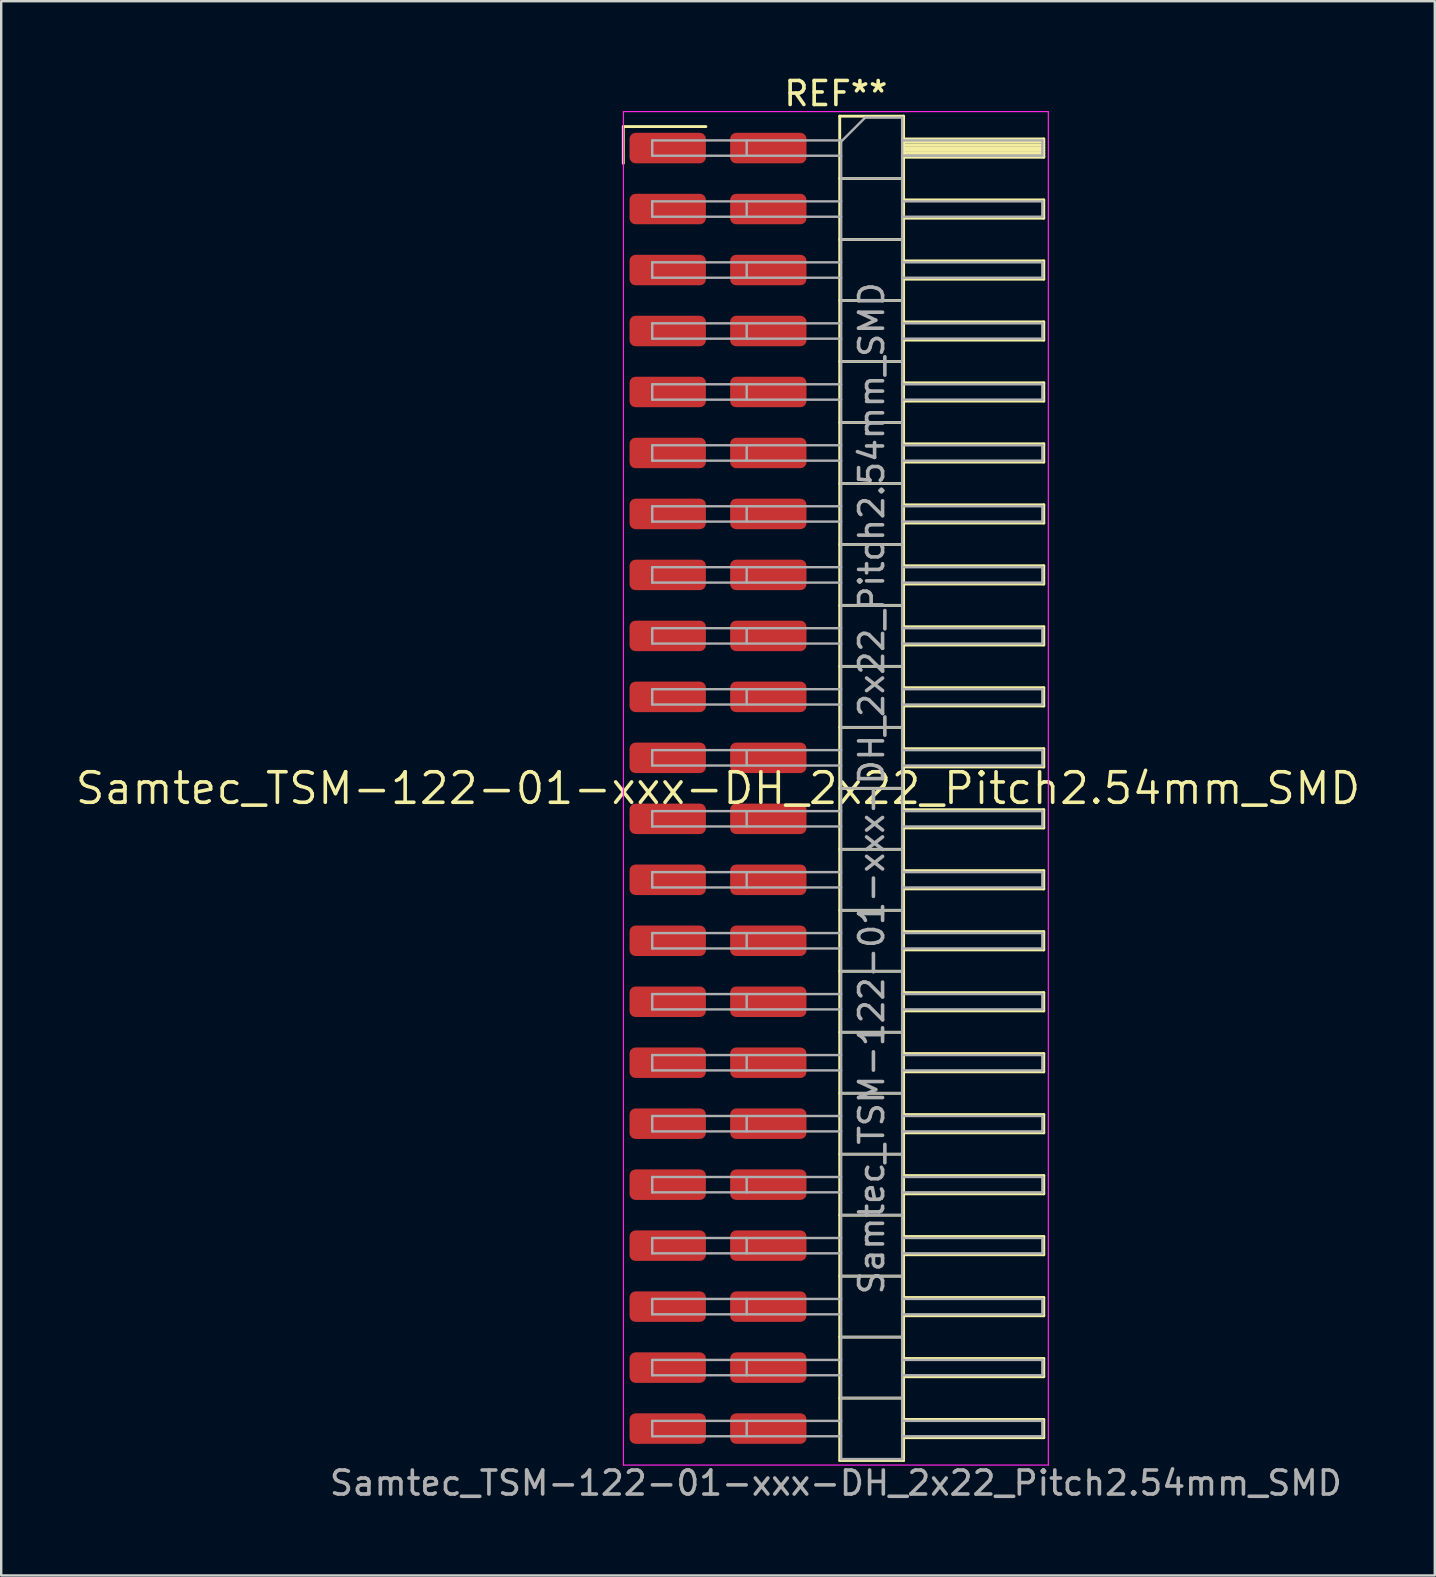
<source format=kicad_pcb>
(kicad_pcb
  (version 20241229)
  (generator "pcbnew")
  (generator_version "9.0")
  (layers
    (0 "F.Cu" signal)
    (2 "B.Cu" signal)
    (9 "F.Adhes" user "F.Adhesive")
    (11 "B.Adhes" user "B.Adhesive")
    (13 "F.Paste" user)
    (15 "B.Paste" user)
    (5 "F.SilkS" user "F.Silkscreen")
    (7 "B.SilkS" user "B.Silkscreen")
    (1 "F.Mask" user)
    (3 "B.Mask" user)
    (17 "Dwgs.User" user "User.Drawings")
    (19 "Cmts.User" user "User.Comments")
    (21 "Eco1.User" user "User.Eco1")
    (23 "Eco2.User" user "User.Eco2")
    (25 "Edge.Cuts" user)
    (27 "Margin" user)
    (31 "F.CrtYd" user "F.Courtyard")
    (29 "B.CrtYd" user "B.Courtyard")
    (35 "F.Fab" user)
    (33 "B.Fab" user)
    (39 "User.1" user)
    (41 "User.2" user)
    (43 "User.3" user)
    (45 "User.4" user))
  (footprint "Samtec_TSM-122-01-xxx-DH_2x22_Pitch2.54mm_SMD"
    (layer "F.Cu")
    (at 26.859 29.788)
    (property "Reference" "Samtec_TSM-122-01-xxx-DH_2x22_Pitch2.54mm_SMD" (at 0 0 0) (layer "F.SilkS") (effects (font (size 1.27 1.27) (thickness 0.15))))
    (attr smd)
    (fp_line (start -3.945 -27.565) (end -0.505 -27.565) (stroke (width 0.12) (type solid)) (layer "F.SilkS"))
    (fp_line (start -3.945 -26.035) (end -3.945 -27.565) (stroke (width 0.12) (type solid)) (layer "F.SilkS"))
    (fp_line (start 5.07 -28) (end 7.73 -28) (stroke (width 0.12) (type solid)) (layer "F.SilkS"))
    (fp_line (start 5.07 -25.4) (end 7.73 -25.4) (stroke (width 0.12) (type solid)) (layer "F.SilkS"))
    (fp_line (start 5.07 -22.86) (end 7.73 -22.86) (stroke (width 0.12) (type solid)) (layer "F.SilkS"))
    (fp_line (start 5.07 -20.32) (end 7.73 -20.32) (stroke (width 0.12) (type solid)) (layer "F.SilkS"))
    (fp_line (start 5.07 -17.78) (end 7.73 -17.78) (stroke (width 0.12) (type solid)) (layer "F.SilkS"))
    (fp_line (start 5.07 -15.24) (end 7.73 -15.24) (stroke (width 0.12) (type solid)) (layer "F.SilkS"))
    (fp_line (start 5.07 -12.7) (end 7.73 -12.7) (stroke (width 0.12) (type solid)) (layer "F.SilkS"))
    (fp_line (start 5.07 -10.16) (end 7.73 -10.16) (stroke (width 0.12) (type solid)) (layer "F.SilkS"))
    (fp_line (start 5.07 -7.62) (end 7.73 -7.62) (stroke (width 0.12) (type solid)) (layer "F.SilkS"))
    (fp_line (start 5.07 -5.08) (end 7.73 -5.08) (stroke (width 0.12) (type solid)) (layer "F.SilkS"))
    (fp_line (start 5.07 -2.54) (end 7.73 -2.54) (stroke (width 0.12) (type solid)) (layer "F.SilkS"))
    (fp_line (start 5.07 0) (end 7.73 0) (stroke (width 0.12) (type solid)) (layer "F.SilkS"))
    (fp_line (start 5.07 2.54) (end 7.73 2.54) (stroke (width 0.12) (type solid)) (layer "F.SilkS"))
    (fp_line (start 5.07 5.08) (end 7.73 5.08) (stroke (width 0.12) (type solid)) (layer "F.SilkS"))
    (fp_line (start 5.07 7.62) (end 7.73 7.62) (stroke (width 0.12) (type solid)) (layer "F.SilkS"))
    (fp_line (start 5.07 10.16) (end 7.73 10.16) (stroke (width 0.12) (type solid)) (layer "F.SilkS"))
    (fp_line (start 5.07 12.7) (end 7.73 12.7) (stroke (width 0.12) (type solid)) (layer "F.SilkS"))
    (fp_line (start 5.07 15.24) (end 7.73 15.24) (stroke (width 0.12) (type solid)) (layer "F.SilkS"))
    (fp_line (start 5.07 17.78) (end 7.73 17.78) (stroke (width 0.12) (type solid)) (layer "F.SilkS"))
    (fp_line (start 5.07 20.32) (end 7.73 20.32) (stroke (width 0.12) (type solid)) (layer "F.SilkS"))
    (fp_line (start 5.07 22.86) (end 7.73 22.86) (stroke (width 0.12) (type solid)) (layer "F.SilkS"))
    (fp_line (start 5.07 25.4) (end 7.73 25.4) (stroke (width 0.12) (type solid)) (layer "F.SilkS"))
    (fp_line (start 5.07 28) (end 5.07 -28) (stroke (width 0.12) (type solid)) (layer "F.SilkS"))
    (fp_line (start 7.73 -28) (end 7.73 28) (stroke (width 0.12) (type solid)) (layer "F.SilkS"))
    (fp_line (start 7.73 -27.05) (end 13.57 -27.05) (stroke (width 0.12) (type solid)) (layer "F.SilkS"))
    (fp_line (start 7.73 -26.93) (end 13.57 -26.93) (stroke (width 0.12) (type solid)) (layer "F.SilkS"))
    (fp_line (start 7.73 -26.81) (end 13.57 -26.81) (stroke (width 0.12) (type solid)) (layer "F.SilkS"))
    (fp_line (start 7.73 -26.69) (end 13.57 -26.69) (stroke (width 0.12) (type solid)) (layer "F.SilkS"))
    (fp_line (start 7.73 -26.57) (end 13.57 -26.57) (stroke (width 0.12) (type solid)) (layer "F.SilkS"))
    (fp_line (start 7.73 -26.45) (end 13.57 -26.45) (stroke (width 0.12) (type solid)) (layer "F.SilkS"))
    (fp_line (start 7.73 -26.33) (end 13.57 -26.33) (stroke (width 0.12) (type solid)) (layer "F.SilkS"))
    (fp_line (start 7.73 -26.29) (end 13.57 -26.29) (stroke (width 0.12) (type solid)) (layer "F.SilkS"))
    (fp_line (start 7.73 -24.51) (end 13.57 -24.51) (stroke (width 0.12) (type solid)) (layer "F.SilkS"))
    (fp_line (start 7.73 -23.75) (end 13.57 -23.75) (stroke (width 0.12) (type solid)) (layer "F.SilkS"))
    (fp_line (start 7.73 -21.97) (end 13.57 -21.97) (stroke (width 0.12) (type solid)) (layer "F.SilkS"))
    (fp_line (start 7.73 -21.21) (end 13.57 -21.21) (stroke (width 0.12) (type solid)) (layer "F.SilkS"))
    (fp_line (start 7.73 -19.43) (end 13.57 -19.43) (stroke (width 0.12) (type solid)) (layer "F.SilkS"))
    (fp_line (start 7.73 -18.67) (end 13.57 -18.67) (stroke (width 0.12) (type solid)) (layer "F.SilkS"))
    (fp_line (start 7.73 -16.89) (end 13.57 -16.89) (stroke (width 0.12) (type solid)) (layer "F.SilkS"))
    (fp_line (start 7.73 -16.13) (end 13.57 -16.13) (stroke (width 0.12) (type solid)) (layer "F.SilkS"))
    (fp_line (start 7.73 -14.35) (end 13.57 -14.35) (stroke (width 0.12) (type solid)) (layer "F.SilkS"))
    (fp_line (start 7.73 -13.59) (end 13.57 -13.59) (stroke (width 0.12) (type solid)) (layer "F.SilkS"))
    (fp_line (start 7.73 -11.81) (end 13.57 -11.81) (stroke (width 0.12) (type solid)) (layer "F.SilkS"))
    (fp_line (start 7.73 -11.05) (end 13.57 -11.05) (stroke (width 0.12) (type solid)) (layer "F.SilkS"))
    (fp_line (start 7.73 -9.27) (end 13.57 -9.27) (stroke (width 0.12) (type solid)) (layer "F.SilkS"))
    (fp_line (start 7.73 -8.51) (end 13.57 -8.51) (stroke (width 0.12) (type solid)) (layer "F.SilkS"))
    (fp_line (start 7.73 -6.73) (end 13.57 -6.73) (stroke (width 0.12) (type solid)) (layer "F.SilkS"))
    (fp_line (start 7.73 -5.97) (end 13.57 -5.97) (stroke (width 0.12) (type solid)) (layer "F.SilkS"))
    (fp_line (start 7.73 -4.19) (end 13.57 -4.19) (stroke (width 0.12) (type solid)) (layer "F.SilkS"))
    (fp_line (start 7.73 -3.43) (end 13.57 -3.43) (stroke (width 0.12) (type solid)) (layer "F.SilkS"))
    (fp_line (start 7.73 -1.65) (end 13.57 -1.65) (stroke (width 0.12) (type solid)) (layer "F.SilkS"))
    (fp_line (start 7.73 -0.89) (end 13.57 -0.89) (stroke (width 0.12) (type solid)) (layer "F.SilkS"))
    (fp_line (start 7.73 0.89) (end 13.57 0.89) (stroke (width 0.12) (type solid)) (layer "F.SilkS"))
    (fp_line (start 7.73 1.65) (end 13.57 1.65) (stroke (width 0.12) (type solid)) (layer "F.SilkS"))
    (fp_line (start 7.73 3.43) (end 13.57 3.43) (stroke (width 0.12) (type solid)) (layer "F.SilkS"))
    (fp_line (start 7.73 4.19) (end 13.57 4.19) (stroke (width 0.12) (type solid)) (layer "F.SilkS"))
    (fp_line (start 7.73 5.97) (end 13.57 5.97) (stroke (width 0.12) (type solid)) (layer "F.SilkS"))
    (fp_line (start 7.73 6.73) (end 13.57 6.73) (stroke (width 0.12) (type solid)) (layer "F.SilkS"))
    (fp_line (start 7.73 8.51) (end 13.57 8.51) (stroke (width 0.12) (type solid)) (layer "F.SilkS"))
    (fp_line (start 7.73 9.27) (end 13.57 9.27) (stroke (width 0.12) (type solid)) (layer "F.SilkS"))
    (fp_line (start 7.73 11.05) (end 13.57 11.05) (stroke (width 0.12) (type solid)) (layer "F.SilkS"))
    (fp_line (start 7.73 11.81) (end 13.57 11.81) (stroke (width 0.12) (type solid)) (layer "F.SilkS"))
    (fp_line (start 7.73 13.59) (end 13.57 13.59) (stroke (width 0.12) (type solid)) (layer "F.SilkS"))
    (fp_line (start 7.73 14.35) (end 13.57 14.35) (stroke (width 0.12) (type solid)) (layer "F.SilkS"))
    (fp_line (start 7.73 16.13) (end 13.57 16.13) (stroke (width 0.12) (type solid)) (layer "F.SilkS"))
    (fp_line (start 7.73 16.89) (end 13.57 16.89) (stroke (width 0.12) (type solid)) (layer "F.SilkS"))
    (fp_line (start 7.73 18.67) (end 13.57 18.67) (stroke (width 0.12) (type solid)) (layer "F.SilkS"))
    (fp_line (start 7.73 19.43) (end 13.57 19.43) (stroke (width 0.12) (type solid)) (layer "F.SilkS"))
    (fp_line (start 7.73 21.21) (end 13.57 21.21) (stroke (width 0.12) (type solid)) (layer "F.SilkS"))
    (fp_line (start 7.73 21.97) (end 13.57 21.97) (stroke (width 0.12) (type solid)) (layer "F.SilkS"))
    (fp_line (start 7.73 23.75) (end 13.57 23.75) (stroke (width 0.12) (type solid)) (layer "F.SilkS"))
    (fp_line (start 7.73 24.51) (end 13.57 24.51) (stroke (width 0.12) (type solid)) (layer "F.SilkS"))
    (fp_line (start 7.73 26.29) (end 13.57 26.29) (stroke (width 0.12) (type solid)) (layer "F.SilkS"))
    (fp_line (start 7.73 27.05) (end 13.57 27.05) (stroke (width 0.12) (type solid)) (layer "F.SilkS"))
    (fp_line (start 7.73 28) (end 5.07 28) (stroke (width 0.12) (type solid)) (layer "F.SilkS"))
    (fp_line (start 13.57 -27.05) (end 13.57 -26.29) (stroke (width 0.12) (type solid)) (layer "F.SilkS"))
    (fp_line (start 13.57 -24.51) (end 13.57 -23.75) (stroke (width 0.12) (type solid)) (layer "F.SilkS"))
    (fp_line (start 13.57 -21.97) (end 13.57 -21.21) (stroke (width 0.12) (type solid)) (layer "F.SilkS"))
    (fp_line (start 13.57 -19.43) (end 13.57 -18.67) (stroke (width 0.12) (type solid)) (layer "F.SilkS"))
    (fp_line (start 13.57 -16.89) (end 13.57 -16.13) (stroke (width 0.12) (type solid)) (layer "F.SilkS"))
    (fp_line (start 13.57 -14.35) (end 13.57 -13.59) (stroke (width 0.12) (type solid)) (layer "F.SilkS"))
    (fp_line (start 13.57 -11.81) (end 13.57 -11.05) (stroke (width 0.12) (type solid)) (layer "F.SilkS"))
    (fp_line (start 13.57 -9.27) (end 13.57 -8.51) (stroke (width 0.12) (type solid)) (layer "F.SilkS"))
    (fp_line (start 13.57 -6.73) (end 13.57 -5.97) (stroke (width 0.12) (type solid)) (layer "F.SilkS"))
    (fp_line (start 13.57 -4.19) (end 13.57 -3.43) (stroke (width 0.12) (type solid)) (layer "F.SilkS"))
    (fp_line (start 13.57 -1.65) (end 13.57 -0.89) (stroke (width 0.12) (type solid)) (layer "F.SilkS"))
    (fp_line (start 13.57 0.89) (end 13.57 1.65) (stroke (width 0.12) (type solid)) (layer "F.SilkS"))
    (fp_line (start 13.57 3.43) (end 13.57 4.19) (stroke (width 0.12) (type solid)) (layer "F.SilkS"))
    (fp_line (start 13.57 5.97) (end 13.57 6.73) (stroke (width 0.12) (type solid)) (layer "F.SilkS"))
    (fp_line (start 13.57 8.51) (end 13.57 9.27) (stroke (width 0.12) (type solid)) (layer "F.SilkS"))
    (fp_line (start 13.57 11.05) (end 13.57 11.81) (stroke (width 0.12) (type solid)) (layer "F.SilkS"))
    (fp_line (start 13.57 13.59) (end 13.57 14.35) (stroke (width 0.12) (type solid)) (layer "F.SilkS"))
    (fp_line (start 13.57 16.13) (end 13.57 16.89) (stroke (width 0.12) (type solid)) (layer "F.SilkS"))
    (fp_line (start 13.57 18.67) (end 13.57 19.43) (stroke (width 0.12) (type solid)) (layer "F.SilkS"))
    (fp_line (start 13.57 21.21) (end 13.57 21.97) (stroke (width 0.12) (type solid)) (layer "F.SilkS"))
    (fp_line (start 13.57 23.75) (end 13.57 24.51) (stroke (width 0.12) (type solid)) (layer "F.SilkS"))
    (fp_line (start 13.57 26.29) (end 13.57 27.05) (stroke (width 0.12) (type solid)) (layer "F.SilkS"))
    (fp_line (start -3.94 -28.19) (end 13.76 -28.19) (stroke (width 0.05) (type solid)) (layer "F.CrtYd"))
    (fp_line (start -3.94 28.19) (end -3.94 -28.19) (stroke (width 0.05) (type solid)) (layer "F.CrtYd"))
    (fp_line (start 13.76 -28.19) (end 13.76 28.19) (stroke (width 0.05) (type solid)) (layer "F.CrtYd"))
    (fp_line (start 13.76 28.19) (end -3.94 28.19) (stroke (width 0.05) (type solid)) (layer "F.CrtYd"))
    (fp_line (start -2.74 -26.99) (end -2.74 -26.35) (stroke (width 0.1) (type solid)) (layer "F.Fab"))
    (fp_line (start -2.74 -26.99) (end 5.13 -26.99) (stroke (width 0.1) (type solid)) (layer "F.Fab"))
    (fp_line (start -2.74 -26.35) (end 5.13 -26.35) (stroke (width 0.1) (type solid)) (layer "F.Fab"))
    (fp_line (start -2.74 -24.45) (end -2.74 -23.81) (stroke (width 0.1) (type solid)) (layer "F.Fab"))
    (fp_line (start -2.74 -24.45) (end 5.13 -24.45) (stroke (width 0.1) (type solid)) (layer "F.Fab"))
    (fp_line (start -2.74 -23.81) (end 5.13 -23.81) (stroke (width 0.1) (type solid)) (layer "F.Fab"))
    (fp_line (start -2.74 -21.91) (end -2.74 -21.27) (stroke (width 0.1) (type solid)) (layer "F.Fab"))
    (fp_line (start -2.74 -21.91) (end 5.13 -21.91) (stroke (width 0.1) (type solid)) (layer "F.Fab"))
    (fp_line (start -2.74 -21.27) (end 5.13 -21.27) (stroke (width 0.1) (type solid)) (layer "F.Fab"))
    (fp_line (start -2.74 -19.37) (end -2.74 -18.73) (stroke (width 0.1) (type solid)) (layer "F.Fab"))
    (fp_line (start -2.74 -19.37) (end 5.13 -19.37) (stroke (width 0.1) (type solid)) (layer "F.Fab"))
    (fp_line (start -2.74 -18.73) (end 5.13 -18.73) (stroke (width 0.1) (type solid)) (layer "F.Fab"))
    (fp_line (start -2.74 -16.83) (end -2.74 -16.19) (stroke (width 0.1) (type solid)) (layer "F.Fab"))
    (fp_line (start -2.74 -16.83) (end 5.13 -16.83) (stroke (width 0.1) (type solid)) (layer "F.Fab"))
    (fp_line (start -2.74 -16.19) (end 5.13 -16.19) (stroke (width 0.1) (type solid)) (layer "F.Fab"))
    (fp_line (start -2.74 -14.29) (end -2.74 -13.65) (stroke (width 0.1) (type solid)) (layer "F.Fab"))
    (fp_line (start -2.74 -14.29) (end 5.13 -14.29) (stroke (width 0.1) (type solid)) (layer "F.Fab"))
    (fp_line (start -2.74 -13.65) (end 5.13 -13.65) (stroke (width 0.1) (type solid)) (layer "F.Fab"))
    (fp_line (start -2.74 -11.75) (end -2.74 -11.11) (stroke (width 0.1) (type solid)) (layer "F.Fab"))
    (fp_line (start -2.74 -11.75) (end 5.13 -11.75) (stroke (width 0.1) (type solid)) (layer "F.Fab"))
    (fp_line (start -2.74 -11.11) (end 5.13 -11.11) (stroke (width 0.1) (type solid)) (layer "F.Fab"))
    (fp_line (start -2.74 -9.21) (end -2.74 -8.57) (stroke (width 0.1) (type solid)) (layer "F.Fab"))
    (fp_line (start -2.74 -9.21) (end 5.13 -9.21) (stroke (width 0.1) (type solid)) (layer "F.Fab"))
    (fp_line (start -2.74 -8.57) (end 5.13 -8.57) (stroke (width 0.1) (type solid)) (layer "F.Fab"))
    (fp_line (start -2.74 -6.67) (end -2.74 -6.03) (stroke (width 0.1) (type solid)) (layer "F.Fab"))
    (fp_line (start -2.74 -6.67) (end 5.13 -6.67) (stroke (width 0.1) (type solid)) (layer "F.Fab"))
    (fp_line (start -2.74 -6.03) (end 5.13 -6.03) (stroke (width 0.1) (type solid)) (layer "F.Fab"))
    (fp_line (start -2.74 -4.13) (end -2.74 -3.49) (stroke (width 0.1) (type solid)) (layer "F.Fab"))
    (fp_line (start -2.74 -4.13) (end 5.13 -4.13) (stroke (width 0.1) (type solid)) (layer "F.Fab"))
    (fp_line (start -2.74 -3.49) (end 5.13 -3.49) (stroke (width 0.1) (type solid)) (layer "F.Fab"))
    (fp_line (start -2.74 -1.59) (end -2.74 -0.95) (stroke (width 0.1) (type solid)) (layer "F.Fab"))
    (fp_line (start -2.74 -1.59) (end 5.13 -1.59) (stroke (width 0.1) (type solid)) (layer "F.Fab"))
    (fp_line (start -2.74 -0.95) (end 5.13 -0.95) (stroke (width 0.1) (type solid)) (layer "F.Fab"))
    (fp_line (start -2.74 0.95) (end -2.74 1.59) (stroke (width 0.1) (type solid)) (layer "F.Fab"))
    (fp_line (start -2.74 0.95) (end 5.13 0.95) (stroke (width 0.1) (type solid)) (layer "F.Fab"))
    (fp_line (start -2.74 1.59) (end 5.13 1.59) (stroke (width 0.1) (type solid)) (layer "F.Fab"))
    (fp_line (start -2.74 3.49) (end -2.74 4.13) (stroke (width 0.1) (type solid)) (layer "F.Fab"))
    (fp_line (start -2.74 3.49) (end 5.13 3.49) (stroke (width 0.1) (type solid)) (layer "F.Fab"))
    (fp_line (start -2.74 4.13) (end 5.13 4.13) (stroke (width 0.1) (type solid)) (layer "F.Fab"))
    (fp_line (start -2.74 6.03) (end -2.74 6.67) (stroke (width 0.1) (type solid)) (layer "F.Fab"))
    (fp_line (start -2.74 6.03) (end 5.13 6.03) (stroke (width 0.1) (type solid)) (layer "F.Fab"))
    (fp_line (start -2.74 6.67) (end 5.13 6.67) (stroke (width 0.1) (type solid)) (layer "F.Fab"))
    (fp_line (start -2.74 8.57) (end -2.74 9.21) (stroke (width 0.1) (type solid)) (layer "F.Fab"))
    (fp_line (start -2.74 8.57) (end 5.13 8.57) (stroke (width 0.1) (type solid)) (layer "F.Fab"))
    (fp_line (start -2.74 9.21) (end 5.13 9.21) (stroke (width 0.1) (type solid)) (layer "F.Fab"))
    (fp_line (start -2.74 11.11) (end -2.74 11.75) (stroke (width 0.1) (type solid)) (layer "F.Fab"))
    (fp_line (start -2.74 11.11) (end 5.13 11.11) (stroke (width 0.1) (type solid)) (layer "F.Fab"))
    (fp_line (start -2.74 11.75) (end 5.13 11.75) (stroke (width 0.1) (type solid)) (layer "F.Fab"))
    (fp_line (start -2.74 13.65) (end -2.74 14.29) (stroke (width 0.1) (type solid)) (layer "F.Fab"))
    (fp_line (start -2.74 13.65) (end 5.13 13.65) (stroke (width 0.1) (type solid)) (layer "F.Fab"))
    (fp_line (start -2.74 14.29) (end 5.13 14.29) (stroke (width 0.1) (type solid)) (layer "F.Fab"))
    (fp_line (start -2.74 16.19) (end -2.74 16.83) (stroke (width 0.1) (type solid)) (layer "F.Fab"))
    (fp_line (start -2.74 16.19) (end 5.13 16.19) (stroke (width 0.1) (type solid)) (layer "F.Fab"))
    (fp_line (start -2.74 16.83) (end 5.13 16.83) (stroke (width 0.1) (type solid)) (layer "F.Fab"))
    (fp_line (start -2.74 18.73) (end -2.74 19.37) (stroke (width 0.1) (type solid)) (layer "F.Fab"))
    (fp_line (start -2.74 18.73) (end 5.13 18.73) (stroke (width 0.1) (type solid)) (layer "F.Fab"))
    (fp_line (start -2.74 19.37) (end 5.13 19.37) (stroke (width 0.1) (type solid)) (layer "F.Fab"))
    (fp_line (start -2.74 21.27) (end -2.74 21.91) (stroke (width 0.1) (type solid)) (layer "F.Fab"))
    (fp_line (start -2.74 21.27) (end 5.13 21.27) (stroke (width 0.1) (type solid)) (layer "F.Fab"))
    (fp_line (start -2.74 21.91) (end 5.13 21.91) (stroke (width 0.1) (type solid)) (layer "F.Fab"))
    (fp_line (start -2.74 23.81) (end -2.74 24.45) (stroke (width 0.1) (type solid)) (layer "F.Fab"))
    (fp_line (start -2.74 23.81) (end 5.13 23.81) (stroke (width 0.1) (type solid)) (layer "F.Fab"))
    (fp_line (start -2.74 24.45) (end 5.13 24.45) (stroke (width 0.1) (type solid)) (layer "F.Fab"))
    (fp_line (start -2.74 26.35) (end -2.74 26.99) (stroke (width 0.1) (type solid)) (layer "F.Fab"))
    (fp_line (start -2.74 26.35) (end 5.13 26.35) (stroke (width 0.1) (type solid)) (layer "F.Fab"))
    (fp_line (start -2.74 26.99) (end 5.13 26.99) (stroke (width 0.1) (type solid)) (layer "F.Fab"))
    (fp_line (start 1.195 -26.99) (end 1.195 -26.35) (stroke (width 0.1) (type solid)) (layer "F.Fab"))
    (fp_line (start 1.195 -24.45) (end 1.195 -23.81) (stroke (width 0.1) (type solid)) (layer "F.Fab"))
    (fp_line (start 1.195 -21.91) (end 1.195 -21.27) (stroke (width 0.1) (type solid)) (layer "F.Fab"))
    (fp_line (start 1.195 -19.37) (end 1.195 -18.73) (stroke (width 0.1) (type solid)) (layer "F.Fab"))
    (fp_line (start 1.195 -16.83) (end 1.195 -16.19) (stroke (width 0.1) (type solid)) (layer "F.Fab"))
    (fp_line (start 1.195 -14.29) (end 1.195 -13.65) (stroke (width 0.1) (type solid)) (layer "F.Fab"))
    (fp_line (start 1.195 -11.75) (end 1.195 -11.11) (stroke (width 0.1) (type solid)) (layer "F.Fab"))
    (fp_line (start 1.195 -9.21) (end 1.195 -8.57) (stroke (width 0.1) (type solid)) (layer "F.Fab"))
    (fp_line (start 1.195 -6.67) (end 1.195 -6.03) (stroke (width 0.1) (type solid)) (layer "F.Fab"))
    (fp_line (start 1.195 -4.13) (end 1.195 -3.49) (stroke (width 0.1) (type solid)) (layer "F.Fab"))
    (fp_line (start 1.195 -1.59) (end 1.195 -0.95) (stroke (width 0.1) (type solid)) (layer "F.Fab"))
    (fp_line (start 1.195 0.95) (end 1.195 1.59) (stroke (width 0.1) (type solid)) (layer "F.Fab"))
    (fp_line (start 1.195 3.49) (end 1.195 4.13) (stroke (width 0.1) (type solid)) (layer "F.Fab"))
    (fp_line (start 1.195 6.03) (end 1.195 6.67) (stroke (width 0.1) (type solid)) (layer "F.Fab"))
    (fp_line (start 1.195 8.57) (end 1.195 9.21) (stroke (width 0.1) (type solid)) (layer "F.Fab"))
    (fp_line (start 1.195 11.11) (end 1.195 11.75) (stroke (width 0.1) (type solid)) (layer "F.Fab"))
    (fp_line (start 1.195 13.65) (end 1.195 14.29) (stroke (width 0.1) (type solid)) (layer "F.Fab"))
    (fp_line (start 1.195 16.19) (end 1.195 16.83) (stroke (width 0.1) (type solid)) (layer "F.Fab"))
    (fp_line (start 1.195 18.73) (end 1.195 19.37) (stroke (width 0.1) (type solid)) (layer "F.Fab"))
    (fp_line (start 1.195 21.27) (end 1.195 21.91) (stroke (width 0.1) (type solid)) (layer "F.Fab"))
    (fp_line (start 1.195 23.81) (end 1.195 24.45) (stroke (width 0.1) (type solid)) (layer "F.Fab"))
    (fp_line (start 1.195 26.35) (end 1.195 26.99) (stroke (width 0.1) (type solid)) (layer "F.Fab"))
    (fp_line (start 5.13 -26.94) (end 6.13 -27.94) (stroke (width 0.1) (type solid)) (layer "F.Fab"))
    (fp_line (start 5.13 -25.4) (end 7.67 -25.4) (stroke (width 0.1) (type solid)) (layer "F.Fab"))
    (fp_line (start 5.13 -22.86) (end 7.67 -22.86) (stroke (width 0.1) (type solid)) (layer "F.Fab"))
    (fp_line (start 5.13 -20.32) (end 7.67 -20.32) (stroke (width 0.1) (type solid)) (layer "F.Fab"))
    (fp_line (start 5.13 -17.78) (end 7.67 -17.78) (stroke (width 0.1) (type solid)) (layer "F.Fab"))
    (fp_line (start 5.13 -15.24) (end 7.67 -15.24) (stroke (width 0.1) (type solid)) (layer "F.Fab"))
    (fp_line (start 5.13 -12.7) (end 7.67 -12.7) (stroke (width 0.1) (type solid)) (layer "F.Fab"))
    (fp_line (start 5.13 -10.16) (end 7.67 -10.16) (stroke (width 0.1) (type solid)) (layer "F.Fab"))
    (fp_line (start 5.13 -7.62) (end 7.67 -7.62) (stroke (width 0.1) (type solid)) (layer "F.Fab"))
    (fp_line (start 5.13 -5.08) (end 7.67 -5.08) (stroke (width 0.1) (type solid)) (layer "F.Fab"))
    (fp_line (start 5.13 -2.54) (end 7.67 -2.54) (stroke (width 0.1) (type solid)) (layer "F.Fab"))
    (fp_line (start 5.13 0) (end 7.67 0) (stroke (width 0.1) (type solid)) (layer "F.Fab"))
    (fp_line (start 5.13 2.54) (end 7.67 2.54) (stroke (width 0.1) (type solid)) (layer "F.Fab"))
    (fp_line (start 5.13 5.08) (end 7.67 5.08) (stroke (width 0.1) (type solid)) (layer "F.Fab"))
    (fp_line (start 5.13 7.62) (end 7.67 7.62) (stroke (width 0.1) (type solid)) (layer "F.Fab"))
    (fp_line (start 5.13 10.16) (end 7.67 10.16) (stroke (width 0.1) (type solid)) (layer "F.Fab"))
    (fp_line (start 5.13 12.7) (end 7.67 12.7) (stroke (width 0.1) (type solid)) (layer "F.Fab"))
    (fp_line (start 5.13 15.24) (end 7.67 15.24) (stroke (width 0.1) (type solid)) (layer "F.Fab"))
    (fp_line (start 5.13 17.78) (end 7.67 17.78) (stroke (width 0.1) (type solid)) (layer "F.Fab"))
    (fp_line (start 5.13 20.32) (end 7.67 20.32) (stroke (width 0.1) (type solid)) (layer "F.Fab"))
    (fp_line (start 5.13 22.86) (end 7.67 22.86) (stroke (width 0.1) (type solid)) (layer "F.Fab"))
    (fp_line (start 5.13 25.4) (end 7.67 25.4) (stroke (width 0.1) (type solid)) (layer "F.Fab"))
    (fp_line (start 5.13 27.94) (end 5.13 -26.94) (stroke (width 0.1) (type solid)) (layer "F.Fab"))
    (fp_line (start 6.13 -27.94) (end 7.67 -27.94) (stroke (width 0.1) (type solid)) (layer "F.Fab"))
    (fp_line (start 7.67 -27.94) (end 7.67 27.94) (stroke (width 0.1) (type solid)) (layer "F.Fab"))
    (fp_line (start 7.67 -26.99) (end 13.51 -26.99) (stroke (width 0.1) (type solid)) (layer "F.Fab"))
    (fp_line (start 7.67 -26.35) (end 13.51 -26.35) (stroke (width 0.1) (type solid)) (layer "F.Fab"))
    (fp_line (start 7.67 -24.45) (end 13.51 -24.45) (stroke (width 0.1) (type solid)) (layer "F.Fab"))
    (fp_line (start 7.67 -23.81) (end 13.51 -23.81) (stroke (width 0.1) (type solid)) (layer "F.Fab"))
    (fp_line (start 7.67 -21.91) (end 13.51 -21.91) (stroke (width 0.1) (type solid)) (layer "F.Fab"))
    (fp_line (start 7.67 -21.27) (end 13.51 -21.27) (stroke (width 0.1) (type solid)) (layer "F.Fab"))
    (fp_line (start 7.67 -19.37) (end 13.51 -19.37) (stroke (width 0.1) (type solid)) (layer "F.Fab"))
    (fp_line (start 7.67 -18.73) (end 13.51 -18.73) (stroke (width 0.1) (type solid)) (layer "F.Fab"))
    (fp_line (start 7.67 -16.83) (end 13.51 -16.83) (stroke (width 0.1) (type solid)) (layer "F.Fab"))
    (fp_line (start 7.67 -16.19) (end 13.51 -16.19) (stroke (width 0.1) (type solid)) (layer "F.Fab"))
    (fp_line (start 7.67 -14.29) (end 13.51 -14.29) (stroke (width 0.1) (type solid)) (layer "F.Fab"))
    (fp_line (start 7.67 -13.65) (end 13.51 -13.65) (stroke (width 0.1) (type solid)) (layer "F.Fab"))
    (fp_line (start 7.67 -11.75) (end 13.51 -11.75) (stroke (width 0.1) (type solid)) (layer "F.Fab"))
    (fp_line (start 7.67 -11.11) (end 13.51 -11.11) (stroke (width 0.1) (type solid)) (layer "F.Fab"))
    (fp_line (start 7.67 -9.21) (end 13.51 -9.21) (stroke (width 0.1) (type solid)) (layer "F.Fab"))
    (fp_line (start 7.67 -8.57) (end 13.51 -8.57) (stroke (width 0.1) (type solid)) (layer "F.Fab"))
    (fp_line (start 7.67 -6.67) (end 13.51 -6.67) (stroke (width 0.1) (type solid)) (layer "F.Fab"))
    (fp_line (start 7.67 -6.03) (end 13.51 -6.03) (stroke (width 0.1) (type solid)) (layer "F.Fab"))
    (fp_line (start 7.67 -4.13) (end 13.51 -4.13) (stroke (width 0.1) (type solid)) (layer "F.Fab"))
    (fp_line (start 7.67 -3.49) (end 13.51 -3.49) (stroke (width 0.1) (type solid)) (layer "F.Fab"))
    (fp_line (start 7.67 -1.59) (end 13.51 -1.59) (stroke (width 0.1) (type solid)) (layer "F.Fab"))
    (fp_line (start 7.67 -0.95) (end 13.51 -0.95) (stroke (width 0.1) (type solid)) (layer "F.Fab"))
    (fp_line (start 7.67 0.95) (end 13.51 0.95) (stroke (width 0.1) (type solid)) (layer "F.Fab"))
    (fp_line (start 7.67 1.59) (end 13.51 1.59) (stroke (width 0.1) (type solid)) (layer "F.Fab"))
    (fp_line (start 7.67 3.49) (end 13.51 3.49) (stroke (width 0.1) (type solid)) (layer "F.Fab"))
    (fp_line (start 7.67 4.13) (end 13.51 4.13) (stroke (width 0.1) (type solid)) (layer "F.Fab"))
    (fp_line (start 7.67 6.03) (end 13.51 6.03) (stroke (width 0.1) (type solid)) (layer "F.Fab"))
    (fp_line (start 7.67 6.67) (end 13.51 6.67) (stroke (width 0.1) (type solid)) (layer "F.Fab"))
    (fp_line (start 7.67 8.57) (end 13.51 8.57) (stroke (width 0.1) (type solid)) (layer "F.Fab"))
    (fp_line (start 7.67 9.21) (end 13.51 9.21) (stroke (width 0.1) (type solid)) (layer "F.Fab"))
    (fp_line (start 7.67 11.11) (end 13.51 11.11) (stroke (width 0.1) (type solid)) (layer "F.Fab"))
    (fp_line (start 7.67 11.75) (end 13.51 11.75) (stroke (width 0.1) (type solid)) (layer "F.Fab"))
    (fp_line (start 7.67 13.65) (end 13.51 13.65) (stroke (width 0.1) (type solid)) (layer "F.Fab"))
    (fp_line (start 7.67 14.29) (end 13.51 14.29) (stroke (width 0.1) (type solid)) (layer "F.Fab"))
    (fp_line (start 7.67 16.19) (end 13.51 16.19) (stroke (width 0.1) (type solid)) (layer "F.Fab"))
    (fp_line (start 7.67 16.83) (end 13.51 16.83) (stroke (width 0.1) (type solid)) (layer "F.Fab"))
    (fp_line (start 7.67 18.73) (end 13.51 18.73) (stroke (width 0.1) (type solid)) (layer "F.Fab"))
    (fp_line (start 7.67 19.37) (end 13.51 19.37) (stroke (width 0.1) (type solid)) (layer "F.Fab"))
    (fp_line (start 7.67 21.27) (end 13.51 21.27) (stroke (width 0.1) (type solid)) (layer "F.Fab"))
    (fp_line (start 7.67 21.91) (end 13.51 21.91) (stroke (width 0.1) (type solid)) (layer "F.Fab"))
    (fp_line (start 7.67 23.81) (end 13.51 23.81) (stroke (width 0.1) (type solid)) (layer "F.Fab"))
    (fp_line (start 7.67 24.45) (end 13.51 24.45) (stroke (width 0.1) (type solid)) (layer "F.Fab"))
    (fp_line (start 7.67 26.35) (end 13.51 26.35) (stroke (width 0.1) (type solid)) (layer "F.Fab"))
    (fp_line (start 7.67 26.99) (end 13.51 26.99) (stroke (width 0.1) (type solid)) (layer "F.Fab"))
    (fp_line (start 7.67 27.94) (end 5.13 27.94) (stroke (width 0.1) (type solid)) (layer "F.Fab"))
    (fp_line (start 13.51 -26.99) (end 13.51 -26.35) (stroke (width 0.1) (type solid)) (layer "F.Fab"))
    (fp_line (start 13.51 -24.45) (end 13.51 -23.81) (stroke (width 0.1) (type solid)) (layer "F.Fab"))
    (fp_line (start 13.51 -21.91) (end 13.51 -21.27) (stroke (width 0.1) (type solid)) (layer "F.Fab"))
    (fp_line (start 13.51 -19.37) (end 13.51 -18.73) (stroke (width 0.1) (type solid)) (layer "F.Fab"))
    (fp_line (start 13.51 -16.83) (end 13.51 -16.19) (stroke (width 0.1) (type solid)) (layer "F.Fab"))
    (fp_line (start 13.51 -14.29) (end 13.51 -13.65) (stroke (width 0.1) (type solid)) (layer "F.Fab"))
    (fp_line (start 13.51 -11.75) (end 13.51 -11.11) (stroke (width 0.1) (type solid)) (layer "F.Fab"))
    (fp_line (start 13.51 -9.21) (end 13.51 -8.57) (stroke (width 0.1) (type solid)) (layer "F.Fab"))
    (fp_line (start 13.51 -6.67) (end 13.51 -6.03) (stroke (width 0.1) (type solid)) (layer "F.Fab"))
    (fp_line (start 13.51 -4.13) (end 13.51 -3.49) (stroke (width 0.1) (type solid)) (layer "F.Fab"))
    (fp_line (start 13.51 -1.59) (end 13.51 -0.95) (stroke (width 0.1) (type solid)) (layer "F.Fab"))
    (fp_line (start 13.51 0.95) (end 13.51 1.59) (stroke (width 0.1) (type solid)) (layer "F.Fab"))
    (fp_line (start 13.51 3.49) (end 13.51 4.13) (stroke (width 0.1) (type solid)) (layer "F.Fab"))
    (fp_line (start 13.51 6.03) (end 13.51 6.67) (stroke (width 0.1) (type solid)) (layer "F.Fab"))
    (fp_line (start 13.51 8.57) (end 13.51 9.21) (stroke (width 0.1) (type solid)) (layer "F.Fab"))
    (fp_line (start 13.51 11.11) (end 13.51 11.75) (stroke (width 0.1) (type solid)) (layer "F.Fab"))
    (fp_line (start 13.51 13.65) (end 13.51 14.29) (stroke (width 0.1) (type solid)) (layer "F.Fab"))
    (fp_line (start 13.51 16.19) (end 13.51 16.83) (stroke (width 0.1) (type solid)) (layer "F.Fab"))
    (fp_line (start 13.51 18.73) (end 13.51 19.37) (stroke (width 0.1) (type solid)) (layer "F.Fab"))
    (fp_line (start 13.51 21.27) (end 13.51 21.91) (stroke (width 0.1) (type solid)) (layer "F.Fab"))
    (fp_line (start 13.51 23.81) (end 13.51 24.45) (stroke (width 0.1) (type solid)) (layer "F.Fab"))
    (fp_line (start 13.51 26.35) (end 13.51 26.99) (stroke (width 0.1) (type solid)) (layer "F.Fab"))
    (fp_text user "REF**" (at 4.91 -28.94 0) (layer "F.SilkS") (effects (font (size 1 1) (thickness 0.15))))
    (fp_text user "${REFERENCE}" (at 6.4 0 90) (layer "F.Fab") (effects (font (size 1 1) (thickness 0.15))))
    (fp_text user "Samtec_TSM-122-01-xxx-DH_2x22_Pitch2.54mm_SMD" (at 4.91 28.94 0) (layer "F.Fab") (effects (font (size 1 1) (thickness 0.15))))
    (pad "1" smd roundrect (at -2.095 -26.67) (size 3.18 1.27) (layers "F.Cu" "F.Mask" "F.Paste") (roundrect_rratio 0.197))
    (pad "2" smd roundrect (at 2.095 -26.67) (size 3.18 1.27) (layers "F.Cu" "F.Mask" "F.Paste") (roundrect_rratio 0.197))
    (pad "3" smd roundrect (at -2.095 -24.13) (size 3.18 1.27) (layers "F.Cu" "F.Mask" "F.Paste") (roundrect_rratio 0.197))
    (pad "4" smd roundrect (at 2.095 -24.13) (size 3.18 1.27) (layers "F.Cu" "F.Mask" "F.Paste") (roundrect_rratio 0.197))
    (pad "5" smd roundrect (at -2.095 -21.59) (size 3.18 1.27) (layers "F.Cu" "F.Mask" "F.Paste") (roundrect_rratio 0.197))
    (pad "6" smd roundrect (at 2.095 -21.59) (size 3.18 1.27) (layers "F.Cu" "F.Mask" "F.Paste") (roundrect_rratio 0.197))
    (pad "7" smd roundrect (at -2.095 -19.05) (size 3.18 1.27) (layers "F.Cu" "F.Mask" "F.Paste") (roundrect_rratio 0.197))
    (pad "8" smd roundrect (at 2.095 -19.05) (size 3.18 1.27) (layers "F.Cu" "F.Mask" "F.Paste") (roundrect_rratio 0.197))
    (pad "9" smd roundrect (at -2.095 -16.51) (size 3.18 1.27) (layers "F.Cu" "F.Mask" "F.Paste") (roundrect_rratio 0.197))
    (pad "10" smd roundrect (at 2.095 -16.51) (size 3.18 1.27) (layers "F.Cu" "F.Mask" "F.Paste") (roundrect_rratio 0.197))
    (pad "11" smd roundrect (at -2.095 -13.97) (size 3.18 1.27) (layers "F.Cu" "F.Mask" "F.Paste") (roundrect_rratio 0.197))
    (pad "12" smd roundrect (at 2.095 -13.97) (size 3.18 1.27) (layers "F.Cu" "F.Mask" "F.Paste") (roundrect_rratio 0.197))
    (pad "13" smd roundrect (at -2.095 -11.43) (size 3.18 1.27) (layers "F.Cu" "F.Mask" "F.Paste") (roundrect_rratio 0.197))
    (pad "14" smd roundrect (at 2.095 -11.43) (size 3.18 1.27) (layers "F.Cu" "F.Mask" "F.Paste") (roundrect_rratio 0.197))
    (pad "15" smd roundrect (at -2.095 -8.89) (size 3.18 1.27) (layers "F.Cu" "F.Mask" "F.Paste") (roundrect_rratio 0.197))
    (pad "16" smd roundrect (at 2.095 -8.89) (size 3.18 1.27) (layers "F.Cu" "F.Mask" "F.Paste") (roundrect_rratio 0.197))
    (pad "17" smd roundrect (at -2.095 -6.35) (size 3.18 1.27) (layers "F.Cu" "F.Mask" "F.Paste") (roundrect_rratio 0.197))
    (pad "18" smd roundrect (at 2.095 -6.35) (size 3.18 1.27) (layers "F.Cu" "F.Mask" "F.Paste") (roundrect_rratio 0.197))
    (pad "19" smd roundrect (at -2.095 -3.81) (size 3.18 1.27) (layers "F.Cu" "F.Mask" "F.Paste") (roundrect_rratio 0.197))
    (pad "20" smd roundrect (at 2.095 -3.81) (size 3.18 1.27) (layers "F.Cu" "F.Mask" "F.Paste") (roundrect_rratio 0.197))
    (pad "21" smd roundrect (at -2.095 -1.27) (size 3.18 1.27) (layers "F.Cu" "F.Mask" "F.Paste") (roundrect_rratio 0.197))
    (pad "22" smd roundrect (at 2.095 -1.27) (size 3.18 1.27) (layers "F.Cu" "F.Mask" "F.Paste") (roundrect_rratio 0.197))
    (pad "23" smd roundrect (at -2.095 1.27) (size 3.18 1.27) (layers "F.Cu" "F.Mask" "F.Paste") (roundrect_rratio 0.197))
    (pad "24" smd roundrect (at 2.095 1.27) (size 3.18 1.27) (layers "F.Cu" "F.Mask" "F.Paste") (roundrect_rratio 0.197))
    (pad "25" smd roundrect (at -2.095 3.81) (size 3.18 1.27) (layers "F.Cu" "F.Mask" "F.Paste") (roundrect_rratio 0.197))
    (pad "26" smd roundrect (at 2.095 3.81) (size 3.18 1.27) (layers "F.Cu" "F.Mask" "F.Paste") (roundrect_rratio 0.197))
    (pad "27" smd roundrect (at -2.095 6.35) (size 3.18 1.27) (layers "F.Cu" "F.Mask" "F.Paste") (roundrect_rratio 0.197))
    (pad "28" smd roundrect (at 2.095 6.35) (size 3.18 1.27) (layers "F.Cu" "F.Mask" "F.Paste") (roundrect_rratio 0.197))
    (pad "29" smd roundrect (at -2.095 8.89) (size 3.18 1.27) (layers "F.Cu" "F.Mask" "F.Paste") (roundrect_rratio 0.197))
    (pad "30" smd roundrect (at 2.095 8.89) (size 3.18 1.27) (layers "F.Cu" "F.Mask" "F.Paste") (roundrect_rratio 0.197))
    (pad "31" smd roundrect (at -2.095 11.43) (size 3.18 1.27) (layers "F.Cu" "F.Mask" "F.Paste") (roundrect_rratio 0.197))
    (pad "32" smd roundrect (at 2.095 11.43) (size 3.18 1.27) (layers "F.Cu" "F.Mask" "F.Paste") (roundrect_rratio 0.197))
    (pad "33" smd roundrect (at -2.095 13.97) (size 3.18 1.27) (layers "F.Cu" "F.Mask" "F.Paste") (roundrect_rratio 0.197))
    (pad "34" smd roundrect (at 2.095 13.97) (size 3.18 1.27) (layers "F.Cu" "F.Mask" "F.Paste") (roundrect_rratio 0.197))
    (pad "35" smd roundrect (at -2.095 16.51) (size 3.18 1.27) (layers "F.Cu" "F.Mask" "F.Paste") (roundrect_rratio 0.197))
    (pad "36" smd roundrect (at 2.095 16.51) (size 3.18 1.27) (layers "F.Cu" "F.Mask" "F.Paste") (roundrect_rratio 0.197))
    (pad "37" smd roundrect (at -2.095 19.05) (size 3.18 1.27) (layers "F.Cu" "F.Mask" "F.Paste") (roundrect_rratio 0.197))
    (pad "38" smd roundrect (at 2.095 19.05) (size 3.18 1.27) (layers "F.Cu" "F.Mask" "F.Paste") (roundrect_rratio 0.197))
    (pad "39" smd roundrect (at -2.095 21.59) (size 3.18 1.27) (layers "F.Cu" "F.Mask" "F.Paste") (roundrect_rratio 0.197))
    (pad "40" smd roundrect (at 2.095 21.59) (size 3.18 1.27) (layers "F.Cu" "F.Mask" "F.Paste") (roundrect_rratio 0.197))
    (pad "41" smd roundrect (at -2.095 24.13) (size 3.18 1.27) (layers "F.Cu" "F.Mask" "F.Paste") (roundrect_rratio 0.197))
    (pad "42" smd roundrect (at 2.095 24.13) (size 3.18 1.27) (layers "F.Cu" "F.Mask" "F.Paste") (roundrect_rratio 0.197))
    (pad "43" smd roundrect (at -2.095 26.67) (size 3.18 1.27) (layers "F.Cu" "F.Mask" "F.Paste") (roundrect_rratio 0.197))
    (pad "44" smd roundrect (at 2.095 26.67) (size 3.18 1.27) (layers "F.Cu" "F.Mask" "F.Paste") (roundrect_rratio 0.197)))
  (gr_rect
    (start -3 -3)
    (end 56.717 62.577)
    (stroke (width 0.1) (type default))
    (fill no)
    (layer "Edge.Cuts")))
</source>
